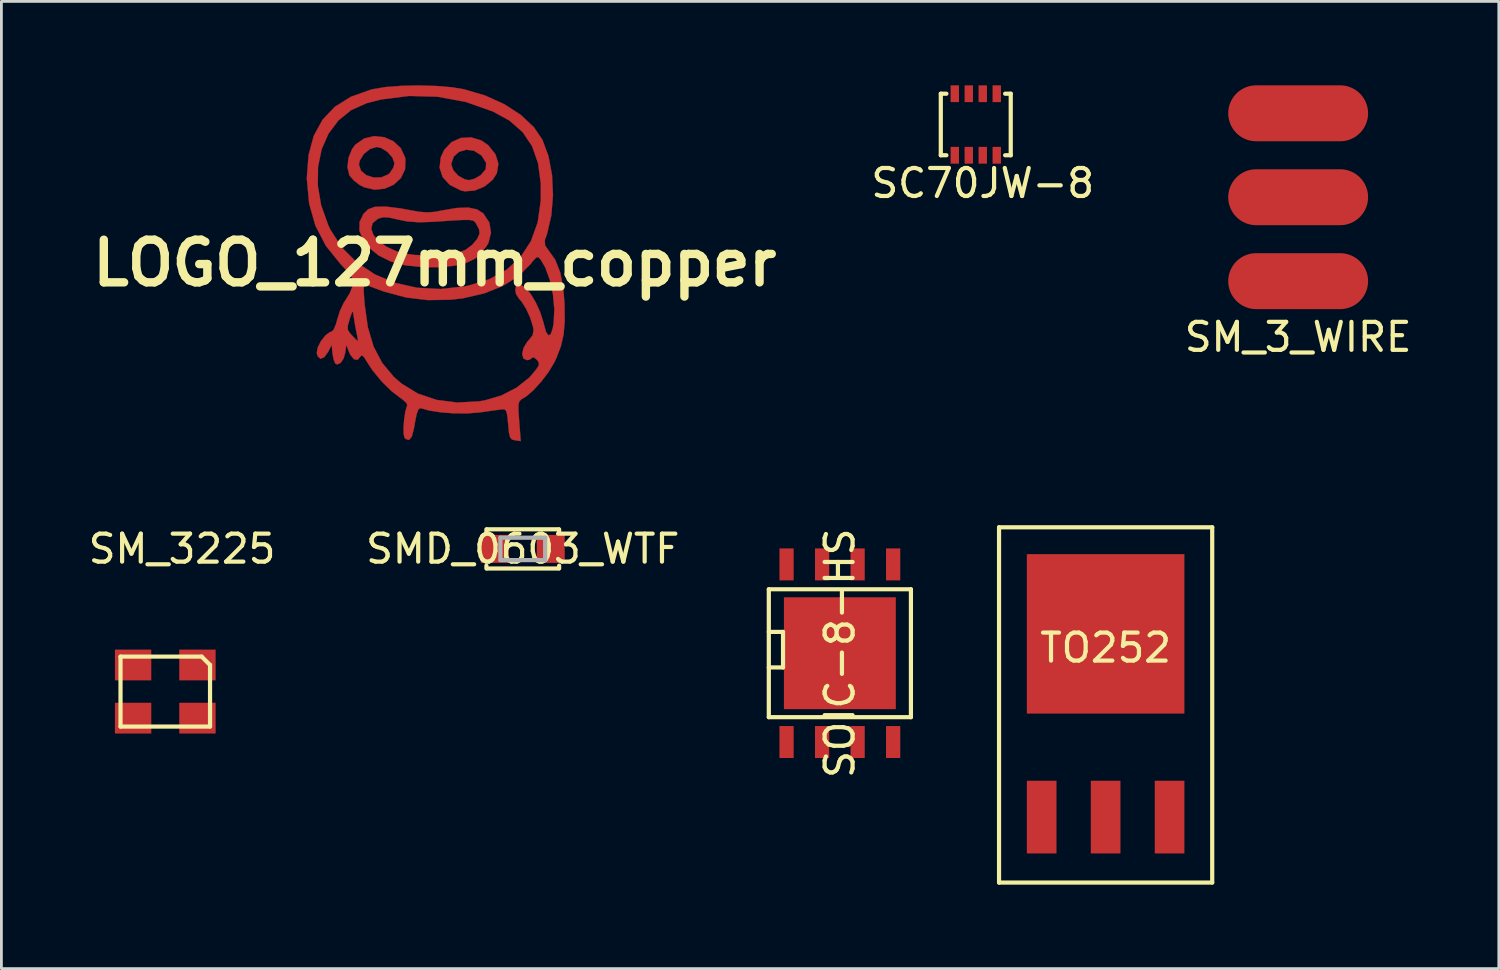
<source format=kicad_pcb>
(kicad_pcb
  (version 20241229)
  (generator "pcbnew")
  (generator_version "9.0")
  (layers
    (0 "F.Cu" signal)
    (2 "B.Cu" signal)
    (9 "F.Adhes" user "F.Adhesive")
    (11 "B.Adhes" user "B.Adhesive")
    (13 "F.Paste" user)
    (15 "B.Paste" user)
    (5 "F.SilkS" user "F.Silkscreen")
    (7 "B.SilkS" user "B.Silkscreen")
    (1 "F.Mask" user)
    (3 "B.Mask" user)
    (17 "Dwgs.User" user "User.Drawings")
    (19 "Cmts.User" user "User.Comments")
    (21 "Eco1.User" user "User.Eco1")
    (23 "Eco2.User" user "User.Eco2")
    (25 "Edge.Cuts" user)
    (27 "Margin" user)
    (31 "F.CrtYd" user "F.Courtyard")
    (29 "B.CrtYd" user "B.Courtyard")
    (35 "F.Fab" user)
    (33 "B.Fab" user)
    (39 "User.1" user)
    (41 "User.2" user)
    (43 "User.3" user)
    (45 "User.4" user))
  (footprint "TO252"
    (layer "F.Cu")
    (at 36.472 19.608)
    (property "Reference" "TO252" (at 0 0.5 0) (layer "F.SilkS") (effects (font (size 1 1) (thickness 0.15))))
    (attr through_hole)
    (fp_line (start -3.81 -3.81) (end 3.81 -3.81) (stroke (width 0.15) (type solid)) (layer "F.SilkS"))
    (fp_line (start -3.81 8.89) (end -3.81 -3.81) (stroke (width 0.15) (type solid)) (layer "F.SilkS"))
    (fp_line (start 3.81 -3.81) (end 3.81 8.89) (stroke (width 0.15) (type solid)) (layer "F.SilkS"))
    (fp_line (start 3.81 8.89) (end -3.81 8.89) (stroke (width 0.15) (type solid)) (layer "F.SilkS"))
    (pad "1" smd rect (at -2.286 6.55) (size 1.06 2.6) (layers "F.Cu" "F.Mask" "F.Paste"))
    (pad "2" smd rect (at 0 6.55) (size 1.06 2.6) (layers "F.Cu" "F.Mask" "F.Paste"))
    (pad "3" smd rect (at 2.286 6.55) (size 1.06 2.6) (layers "F.Cu" "F.Mask" "F.Paste"))
    (pad "4" smd rect (at 0 0) (size 5.632 5.7) (layers "F.Cu" "F.Mask" "F.Paste")))
  (footprint "SM_3_WIRE"
    (layer "F.Cu")
    (at 43.354 4)
    (property "Reference" "SM_3_WIRE" (at 0 5 0) (layer "F.SilkS") (effects (font (size 1 1) (thickness 0.15))))
    (attr through_hole)
    (pad "1" smd oval (at 0 -3) (size 5 2) (layers "F.Cu" "F.Mask" "F.Paste"))
    (pad "2" smd oval (at 0 0) (size 5 2) (layers "F.Cu" "F.Mask" "F.Paste"))
    (pad "3" smd oval (at 0 3) (size 5 2) (layers "F.Cu" "F.Mask" "F.Paste")))
  (footprint "SOIC-8-HS"
    (layer "F.Cu")
    (at 26.972 20.3)
    (property "Reference" "SOIC-8-HS" (at 0 0 90) (layer "F.SilkS") (effects (font (size 1 1) (thickness 0.15))))
    (attr smd)
    (fp_line (start -2.54 -2.286) (end 2.54 -2.286) (stroke (width 0.15) (type solid)) (layer "F.SilkS"))
    (fp_line (start -2.54 -0.762) (end -2.032 -0.762) (stroke (width 0.15) (type solid)) (layer "F.SilkS"))
    (fp_line (start -2.54 2.286) (end -2.54 -2.286) (stroke (width 0.15) (type solid)) (layer "F.SilkS"))
    (fp_line (start -2.032 -0.762) (end -2.032 0.508) (stroke (width 0.15) (type solid)) (layer "F.SilkS"))
    (fp_line (start -2.032 0.508) (end -2.54 0.508) (stroke (width 0.15) (type solid)) (layer "F.SilkS"))
    (fp_line (start 2.54 -2.286) (end 2.54 2.286) (stroke (width 0.15) (type solid)) (layer "F.SilkS"))
    (fp_line (start 2.54 2.286) (end -2.54 2.286) (stroke (width 0.15) (type solid)) (layer "F.SilkS"))
    (pad "1" smd rect (at -1.905 3.175) (size 0.508 1.143) (layers "F.Cu" "F.Mask" "F.Paste"))
    (pad "2" smd rect (at -0.635 3.175) (size 0.508 1.143) (layers "F.Cu" "F.Mask" "F.Paste"))
    (pad "3" smd rect (at 0 0 180) (size 4 4) (layers "F.Cu" "F.Mask" "F.Paste"))
    (pad "3" smd rect (at 0.635 3.175) (size 0.508 1.143) (layers "F.Cu" "F.Mask" "F.Paste"))
    (pad "4" smd rect (at 1.905 3.175) (size 0.508 1.143) (layers "F.Cu" "F.Mask" "F.Paste"))
    (pad "5" smd rect (at 1.905 -3.175) (size 0.508 1.143) (layers "F.Cu" "F.Mask" "F.Paste"))
    (pad "6" smd rect (at 0.635 -3.175) (size 0.508 1.143) (layers "F.Cu" "F.Mask" "F.Paste"))
    (pad "7" smd rect (at -0.635 -3.175) (size 0.508 1.143) (layers "F.Cu" "F.Mask" "F.Paste"))
    (pad "8" smd rect (at -1.905 -3.175) (size 0.508 1.143) (layers "F.Cu" "F.Mask" "F.Paste")))
  (footprint "SMD_0603_WTF"
    (layer "F.Cu")
    (at 15.637 16.571)
    (property "Reference" "SMD_0603_WTF" (at 0 0 0) (layer "F.SilkS") (effects (font (size 1 1) (thickness 0.15))))
    (attr through_hole)
    (fp_line (start -1.3 -0.7) (end -1.3 -0.6) (stroke (width 0.15) (type solid)) (layer "F.SilkS"))
    (fp_line (start -1.3 0.7) (end -1.3 0.6) (stroke (width 0.15) (type solid)) (layer "F.SilkS"))
    (fp_line (start -1.275 0.7) (end 1.275 0.7) (stroke (width 0.15) (type solid)) (layer "F.SilkS"))
    (fp_line (start 1.275 -0.7) (end -1.275 -0.7) (stroke (width 0.15) (type solid)) (layer "F.SilkS"))
    (fp_line (start 1.3 -0.7) (end 1.3 -0.6) (stroke (width 0.15) (type solid)) (layer "F.SilkS"))
    (fp_line (start 1.3 0.7) (end 1.3 0.6) (stroke (width 0.15) (type solid)) (layer "F.SilkS"))
    (fp_line (start -0.8 -0.4) (end -0.8 0.4) (stroke (width 0.15) (type solid)) (layer "F.Fab"))
    (fp_line (start -0.8 0.4) (end 0.8 0.4) (stroke (width 0.15) (type solid)) (layer "F.Fab"))
    (fp_line (start 0.8 -0.4) (end -0.8 -0.4) (stroke (width 0.15) (type solid)) (layer "F.Fab"))
    (fp_line (start 0.8 0.4) (end 0.8 -0.4) (stroke (width 0.15) (type solid)) (layer "F.Fab"))
    (pad "1" smd rect (at -1 0) (size 1 1) (layers "F.Cu" "F.Mask" "F.Paste"))
    (pad "2" smd rect (at 1 0) (size 1 1) (layers "F.Cu" "F.Mask" "F.Paste")))
  (footprint "SC70JW-8"
    (layer "F.Cu")
    (at 31.08 2.5)
    (property "Reference" "SC70JW-8" (at 1 1 0) (layer "F.SilkS") (effects (font (size 1 1) (thickness 0.15))))
    (attr through_hole)
    (fp_line (start -0.5 -2.2) (end -0.3 -2.2) (stroke (width 0.15) (type solid)) (layer "F.SilkS"))
    (fp_line (start -0.5 0) (end -0.5 -2.2) (stroke (width 0.15) (type solid)) (layer "F.SilkS"))
    (fp_line (start -0.5 0) (end -0.3 0) (stroke (width 0.15) (type solid)) (layer "F.SilkS"))
    (fp_line (start 1.8 0) (end 2 0) (stroke (width 0.15) (type solid)) (layer "F.SilkS"))
    (fp_line (start 2 -2.2) (end 1.8 -2.2) (stroke (width 0.15) (type solid)) (layer "F.SilkS"))
    (fp_line (start 2 0) (end 2 -2.2) (stroke (width 0.15) (type solid)) (layer "F.SilkS"))
    (pad "1" smd rect (at 0 0) (size 0.3 0.6) (layers "F.Cu" "F.Mask" "F.Paste"))
    (pad "2" smd rect (at 0.5 0) (size 0.3 0.6) (layers "F.Cu" "F.Mask" "F.Paste"))
    (pad "3" smd rect (at 1 0) (size 0.3 0.6) (layers "F.Cu" "F.Mask" "F.Paste"))
    (pad "4" smd rect (at 1.5 0) (size 0.3 0.6) (layers "F.Cu" "F.Mask" "F.Paste"))
    (pad "5" smd rect (at 1.5 -2.2) (size 0.3 0.6) (layers "F.Cu" "F.Mask" "F.Paste"))
    (pad "6" smd rect (at 1 -2.2) (size 0.3 0.6) (layers "F.Cu" "F.Mask" "F.Paste"))
    (pad "7" smd rect (at 0.5 -2.2) (size 0.3 0.6) (layers "F.Cu" "F.Mask" "F.Paste"))
    (pad "8" smd rect (at 0 -2.2) (size 0.3 0.6) (layers "F.Cu" "F.Mask" "F.Paste")))
  (footprint "LOGO_127mm_copper"
    (layer "F.Cu")
    (at 12.49 6.353)
    (property "Reference" "LOGO_127mm_copper" (at 0 0 0) (layer "F.SilkS") (effects (font (size 1.524 1.524) (thickness 0.3))))
    (attr through_hole)
    (fp_poly (pts (xy 1.672 -4.379) (xy 1.911 -4.212) (xy 2.172 -3.887) (xy 2.276 -3.547) (xy 2.22 -3.211) (xy 2.078 -2.983) (xy 1.787 -2.74) (xy 1.434 -2.594) (xy 1.078 -2.564) (xy 0.931 -2.595) (xy 0.539 -2.793) (xy 0.283 -3.072) (xy 0.173 -3.408) (xy 0.186 -3.52) (xy 0.593 -3.52) (xy 0.666 -3.31) (xy 0.849 -3.116) (xy 1.084 -2.988) (xy 1.228 -2.963) (xy 1.426 -3.015) (xy 1.639 -3.138) (xy 1.64 -3.139) (xy 1.823 -3.353) (xy 1.838 -3.58) (xy 1.686 -3.824) (xy 1.655 -3.856) (xy 1.403 -4.016) (xy 1.127 -4.051) (xy 0.871 -3.977) (xy 0.679 -3.806) (xy 0.594 -3.553) (xy 0.593 -3.52) (xy 0.186 -3.52) (xy 0.216 -3.781) (xy 0.339 -4.045) (xy 0.597 -4.321) (xy 0.933 -4.472) (xy 1.305 -4.493) (xy 1.672 -4.379)) (stroke (width 0.01) (type solid)) (fill yes) (layer "F.Cu"))
    (fp_poly (pts (xy -1.807 -4.5) (xy -1.476 -4.354) (xy -1.214 -4.108) (xy -1.059 -3.774) (xy -1.046 -3.708) (xy -1.061 -3.346) (xy -1.21 -3.039) (xy -1.462 -2.804) (xy -1.786 -2.659) (xy -2.152 -2.622) (xy -2.527 -2.71) (xy -2.683 -2.79) (xy -2.893 -2.952) (xy -3.044 -3.125) (xy -3.052 -3.14) (xy -3.12 -3.424) (xy -3.109 -3.522) (xy -2.709 -3.522) (xy -2.636 -3.302) (xy -2.448 -3.143) (xy -2.193 -3.059) (xy -1.917 -3.061) (xy -1.67 -3.165) (xy -1.609 -3.217) (xy -1.482 -3.403) (xy -1.439 -3.56) (xy -1.511 -3.77) (xy -1.69 -3.973) (xy -1.916 -4.114) (xy -2.074 -4.149) (xy -2.316 -4.076) (xy -2.537 -3.896) (xy -2.682 -3.663) (xy -2.709 -3.522) (xy -3.109 -3.522) (xy -3.083 -3.759) (xy -2.952 -4.079) (xy -2.836 -4.234) (xy -2.525 -4.452) (xy -2.169 -4.537) (xy -1.807 -4.5)) (stroke (width 0.01) (type solid)) (fill yes) (layer "F.Cu"))
    (fp_poly (pts (xy -1.224 -1.954) (xy -0.927 -1.899) (xy -0.55 -1.832) (xy -0.263 -1.81) (xy 0.005 -1.831) (xy 0.224 -1.873) (xy 0.776 -1.968) (xy 1.198 -1.984) (xy 1.512 -1.918) (xy 1.739 -1.771) (xy 1.741 -1.769) (xy 1.951 -1.449) (xy 2.012 -1.086) (xy 1.92 -0.722) (xy 1.849 -0.6) (xy 1.664 -0.37) (xy 1.468 -0.179) (xy 1.439 -0.157) (xy 1.127 -0.006) (xy 0.689 0.097) (xy 0.162 0.149) (xy -0.418 0.147) (xy -1.012 0.086) (xy -1.082 0.075) (xy -1.577 -0.058) (xy -1.998 -0.267) (xy -2.332 -0.532) (xy -2.568 -0.835) (xy -2.69 -1.153) (xy -2.69 -1.229) (xy -2.27 -1.229) (xy -2.194 -1.009) (xy -2.007 -0.787) (xy -1.724 -0.583) (xy -1.363 -0.418) (xy -1.073 -0.337) (xy -0.709 -0.289) (xy -0.276 -0.275) (xy 0.175 -0.292) (xy 0.596 -0.338) (xy 0.936 -0.409) (xy 1.113 -0.479) (xy 1.339 -0.652) (xy 1.512 -0.853) (xy 1.523 -0.872) (xy 1.603 -1.054) (xy 1.585 -1.205) (xy 1.52 -1.333) (xy 1.472 -1.421) (xy 1.424 -1.483) (xy 1.352 -1.523) (xy 1.228 -1.542) (xy 1.029 -1.542) (xy 0.727 -1.527) (xy 0.298 -1.498) (xy -0.042 -1.475) (xy -0.555 -1.457) (xy -0.97 -1.486) (xy -1.308 -1.554) (xy -1.621 -1.625) (xy -1.832 -1.639) (xy -1.997 -1.597) (xy -2.028 -1.583) (xy -2.22 -1.427) (xy -2.27 -1.229) (xy -2.69 -1.229) (xy -2.687 -1.468) (xy -2.546 -1.759) (xy -2.378 -1.923) (xy -2.143 -2.009) (xy -1.757 -2.019) (xy -1.224 -1.954)) (stroke (width 0.01) (type solid)) (fill yes) (layer "F.Cu"))
    (fp_poly (pts (xy 0.05 -6.33) (xy 0.617 -6.283) (xy 1.042 -6.213) (xy 1.802 -5.989) (xy 2.488 -5.678) (xy 3.075 -5.297) (xy 3.54 -4.861) (xy 3.849 -4.406) (xy 4.066 -3.822) (xy 4.193 -3.144) (xy 4.227 -2.421) (xy 4.168 -1.704) (xy 4.015 -1.041) (xy 3.935 -0.821) (xy 3.945 -0.629) (xy 4.049 -0.481) (xy 4.305 -0.123) (xy 4.486 0.335) (xy 4.597 0.914) (xy 4.64 1.461) (xy 4.648 2.059) (xy 4.608 2.545) (xy 4.511 2.972) (xy 4.349 3.394) (xy 4.271 3.556) (xy 4.071 3.891) (xy 3.809 4.237) (xy 3.528 4.546) (xy 3.268 4.769) (xy 3.186 4.82) (xy 3.079 4.884) (xy 3.017 4.961) (xy 2.991 5.089) (xy 2.995 5.309) (xy 3.019 5.652) (xy 3.074 6.365) (xy 2.871 6.336) (xy 2.759 6.306) (xy 2.693 6.226) (xy 2.653 6.057) (xy 2.625 5.759) (xy 2.625 5.757) (xy 2.596 5.46) (xy 2.559 5.297) (xy 2.499 5.232) (xy 2.413 5.228) (xy 2.249 5.249) (xy 1.974 5.287) (xy 1.643 5.334) (xy 1.601 5.34) (xy 1.172 5.374) (xy 0.688 5.372) (xy 0.208 5.335) (xy -0.209 5.27) (xy -0.448 5.202) (xy -0.529 5.189) (xy -0.59 5.242) (xy -0.643 5.389) (xy -0.699 5.657) (xy -0.744 5.92) (xy -0.819 6.202) (xy -0.92 6.326) (xy -1.042 6.287) (xy -1.078 6.247) (xy -1.111 6.113) (xy -1.114 5.874) (xy -1.093 5.589) (xy -1.052 5.318) (xy -0.997 5.123) (xy -0.981 5.092) (xy -1.012 5) (xy -1.153 4.874) (xy -1.206 4.838) (xy -1.547 4.577) (xy -1.904 4.224) (xy -2.222 3.838) (xy -2.396 3.572) (xy -2.529 3.361) (xy -2.613 3.296) (xy -2.653 3.339) (xy -2.755 3.46) (xy -2.888 3.437) (xy -3.018 3.279) (xy -3.055 3.196) (xy -3.164 2.921) (xy -3.196 3.19) (xy -3.259 3.416) (xy -3.368 3.573) (xy -3.491 3.624) (xy -3.554 3.591) (xy -3.612 3.46) (xy -3.653 3.243) (xy -3.656 3.217) (xy -3.683 2.921) (xy -3.811 3.175) (xy -3.951 3.368) (xy -4.087 3.421) (xy -4.187 3.329) (xy -4.217 3.208) (xy -4.181 3.013) (xy -4.065 2.787) (xy -3.906 2.586) (xy -3.745 2.467) (xy -3.69 2.455) (xy -3.614 2.38) (xy -3.556 2.243) (xy -3.109 2.243) (xy -3.107 2.387) (xy -3.025 2.514) (xy -2.962 2.583) (xy -2.825 2.725) (xy -2.749 2.793) (xy -2.746 2.794) (xy -2.75 2.721) (xy -2.784 2.539) (xy -2.797 2.477) (xy -2.853 2.188) (xy -2.895 1.919) (xy -2.897 1.905) (xy -2.919 1.758) (xy -2.945 1.739) (xy -2.995 1.861) (xy -3.044 2.012) (xy -3.109 2.243) (xy -3.556 2.243) (xy -3.531 2.187) (xy -3.484 2.016) (xy -3.385 1.704) (xy -3.25 1.417) (xy -3.184 1.317) (xy -3.034 1.071) (xy -2.975 0.923) (xy -2.539 0.923) (xy -2.53 1.15) (xy -2.505 1.477) (xy -2.391 2.295) (xy -2.185 2.986) (xy -1.879 3.569) (xy -1.462 4.068) (xy -1.181 4.313) (xy -0.602 4.666) (xy 0.069 4.892) (xy 0.807 4.986) (xy 1.586 4.943) (xy 1.788 4.909) (xy 2.379 4.735) (xy 2.926 4.454) (xy 3.374 4.097) (xy 3.47 3.992) (xy 3.646 3.778) (xy 3.724 3.645) (xy 3.717 3.549) (xy 3.652 3.458) (xy 3.541 3.368) (xy 3.486 3.385) (xy 3.389 3.457) (xy 3.295 3.471) (xy 3.167 3.408) (xy 3.127 3.249) (xy 3.173 3.038) (xy 3.301 2.823) (xy 3.352 2.767) (xy 3.499 2.584) (xy 3.532 2.404) (xy 3.511 2.269) (xy 3.412 1.95) (xy 3.264 1.628) (xy 3.1 1.37) (xy 3.012 1.275) (xy 2.907 1.107) (xy 2.879 0.957) (xy 2.909 0.805) (xy 3.031 0.773) (xy 3.069 0.777) (xy 3.234 0.873) (xy 3.422 1.094) (xy 3.608 1.401) (xy 3.77 1.755) (xy 3.885 2.118) (xy 3.898 2.175) (xy 3.98 2.465) (xy 4.066 2.586) (xy 4.148 2.54) (xy 4.22 2.325) (xy 4.251 2.152) (xy 4.276 1.66) (xy 4.227 1.128) (xy 4.116 0.61) (xy 3.953 0.161) (xy 3.79 -0.118) (xy 3.708 -0.207) (xy 3.633 -0.202) (xy 3.522 -0.086) (xy 3.435 0.027) (xy 3.005 0.459) (xy 2.442 0.815) (xy 1.769 1.085) (xy 1.009 1.26) (xy 0.55 1.312) (xy -0.254 1.324) (xy -1.025 1.23) (xy -1.814 1.02) (xy -2.405 0.8) (xy -2.481 0.778) (xy -2.524 0.81) (xy -2.539 0.923) (xy -2.975 0.923) (xy -2.935 0.822) (xy -2.93 0.802) (xy -2.914 0.663) (xy -2.95 0.532) (xy -3.059 0.372) (xy -3.262 0.146) (xy -3.363 0.041) (xy -3.89 -0.614) (xy -4.264 -1.334) (xy -4.49 -2.128) (xy -4.549 -2.768) (xy -4.18 -2.768) (xy -4.061 -2.071) (xy -3.811 -1.365) (xy -3.724 -1.183) (xy -3.312 -0.548) (xy -2.778 -0.016) (xy -2.141 0.405) (xy -1.419 0.707) (xy -0.629 0.884) (xy 0.211 0.928) (xy 1.083 0.832) (xy 1.196 0.809) (xy 1.946 0.58) (xy 2.571 0.237) (xy 3.069 -0.218) (xy 3.439 -0.783) (xy 3.681 -1.455) (xy 3.791 -2.235) (xy 3.791 -2.843) (xy 3.694 -3.568) (xy 3.481 -4.176) (xy 3.143 -4.68) (xy 2.671 -5.093) (xy 2.083 -5.416) (xy 1.114 -5.758) (xy 0.107 -5.945) (xy -0.914 -5.974) (xy -1.922 -5.846) (xy -2.43 -5.716) (xy -2.988 -5.467) (xy -3.446 -5.095) (xy -3.8 -4.621) (xy -4.044 -4.062) (xy -4.172 -3.438) (xy -4.18 -2.768) (xy -4.549 -2.768) (xy -4.571 -3.006) (xy -4.571 -3.06) (xy -4.51 -3.86) (xy -4.325 -4.546) (xy -4.012 -5.12) (xy -3.572 -5.585) (xy -3.002 -5.942) (xy -2.301 -6.193) (xy -2.194 -6.22) (xy -1.746 -6.293) (xy -1.186 -6.335) (xy -0.569 -6.348) (xy 0.05 -6.33)) (stroke (width 0.01) (type solid)) (fill yes) (layer "F.Cu")))
  (footprint "SM_3225"
    (layer "F.Cu")
    (at 2.858 21.671)
    (property "Reference" "SM_3225" (at 0.6 -5.1 0) (layer "F.SilkS") (effects (font (size 1 1) (thickness 0.15))))
    (attr through_hole)
    (fp_line (start -1.6 1.25) (end -1.6 -1.25) (stroke (width 0.15) (type solid)) (layer "F.SilkS"))
    (fp_line (start 1.3 -1.25) (end -1.6 -1.25) (stroke (width 0.15) (type solid)) (layer "F.SilkS"))
    (fp_line (start 1.3 -1.25) (end 1.6 -0.95) (stroke (width 0.15) (type solid)) (layer "F.SilkS"))
    (fp_line (start 1.6 -0.95) (end 1.6 1.25) (stroke (width 0.15) (type solid)) (layer "F.SilkS"))
    (fp_line (start 1.6 1.25) (end -1.6 1.25) (stroke (width 0.15) (type solid)) (layer "F.SilkS"))
    (pad "1" smd rect (at 1.15 -0.95) (size 1.3 1.1) (layers "F.Cu" "F.Mask" "F.Paste"))
    (pad "2" smd rect (at -1.15 -0.95) (size 1.3 1.1) (layers "F.Cu" "F.Mask" "F.Paste"))
    (pad "3" smd rect (at -1.15 0.95) (size 1.3 1.1) (layers "F.Cu" "F.Mask" "F.Paste"))
    (pad "4" smd rect (at 1.15 0.95) (size 1.3 1.1) (layers "F.Cu" "F.Mask" "F.Paste")))
  (gr_rect
    (start -3 -3)
    (end 50.527 31.573)
    (stroke (width 0.1) (type default))
    (fill no)
    (layer "Edge.Cuts")))
</source>
